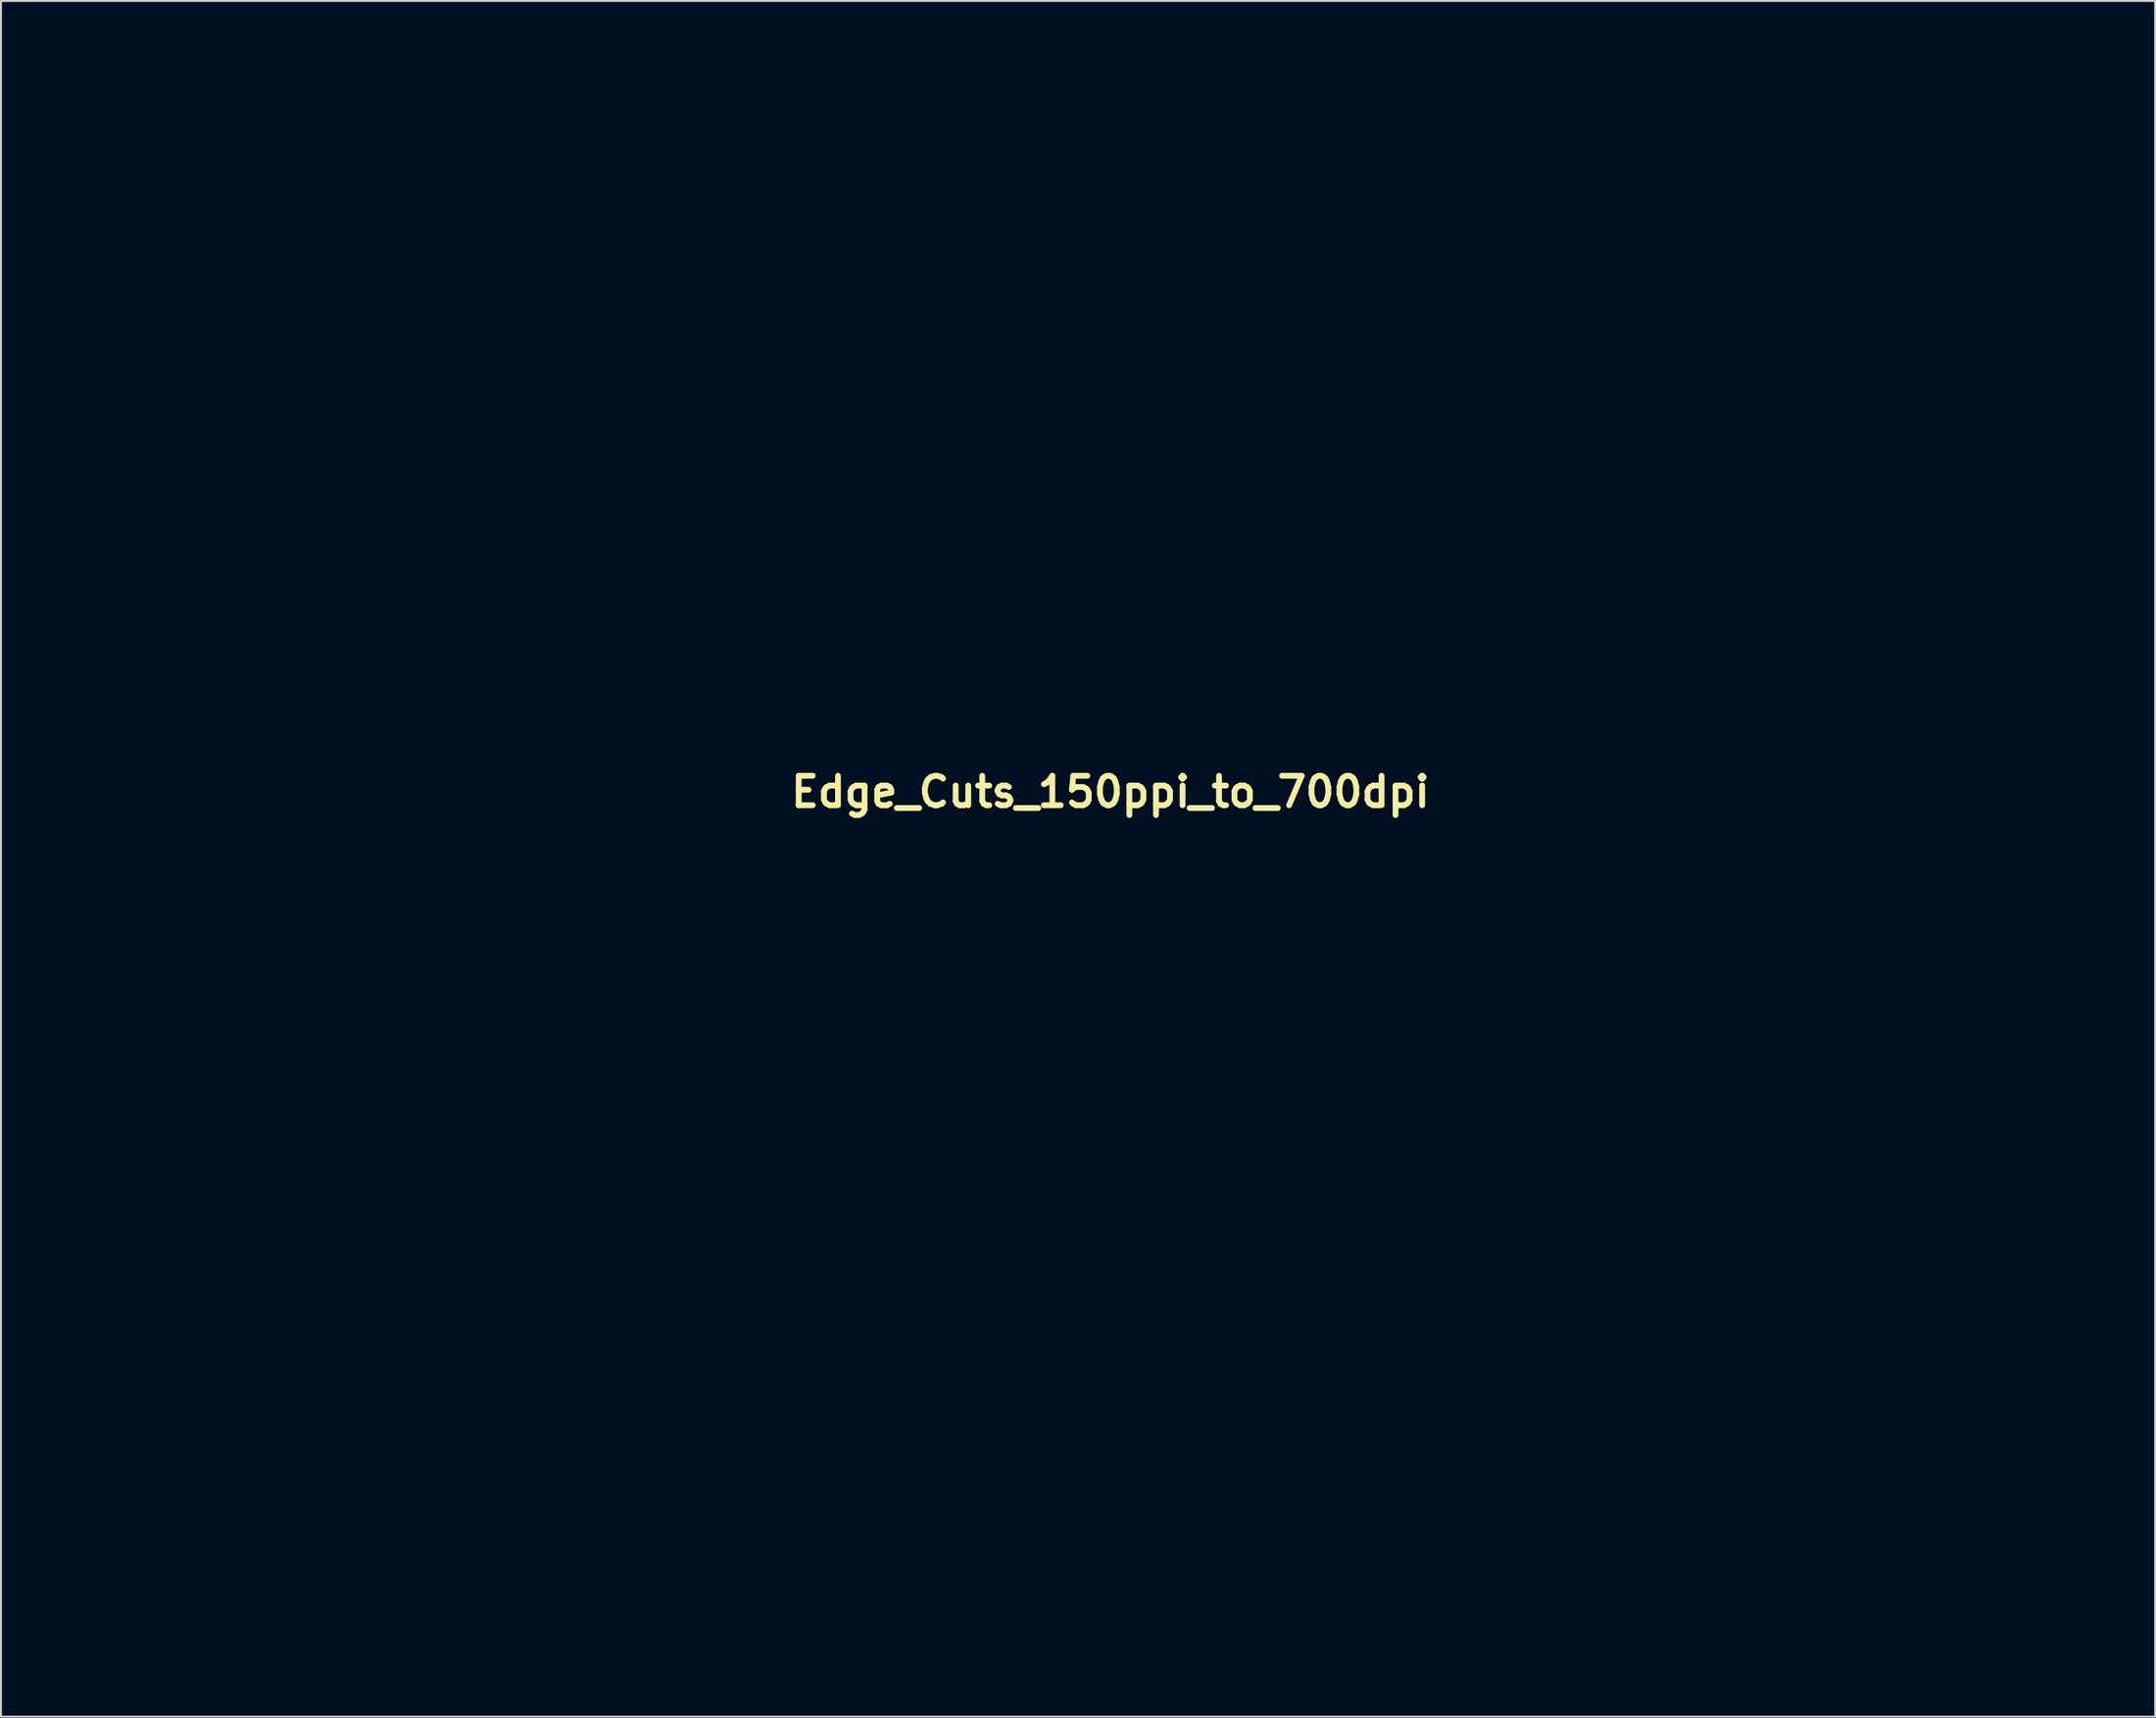
<source format=kicad_pcb>
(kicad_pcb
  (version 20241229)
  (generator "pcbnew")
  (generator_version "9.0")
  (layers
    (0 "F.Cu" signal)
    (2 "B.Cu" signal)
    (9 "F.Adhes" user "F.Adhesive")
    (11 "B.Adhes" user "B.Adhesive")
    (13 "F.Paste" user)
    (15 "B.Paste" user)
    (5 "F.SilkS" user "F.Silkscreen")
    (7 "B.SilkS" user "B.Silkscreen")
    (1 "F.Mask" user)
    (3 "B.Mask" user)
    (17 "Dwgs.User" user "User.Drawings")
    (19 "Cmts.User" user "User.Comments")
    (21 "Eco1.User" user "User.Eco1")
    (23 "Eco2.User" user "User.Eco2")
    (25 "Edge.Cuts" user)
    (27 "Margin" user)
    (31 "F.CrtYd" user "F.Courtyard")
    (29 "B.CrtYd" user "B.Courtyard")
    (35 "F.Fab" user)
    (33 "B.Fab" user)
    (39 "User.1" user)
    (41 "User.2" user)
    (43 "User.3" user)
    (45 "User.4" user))
  (footprint "Edge_Cuts_150ppi_to_700dpi"
    (layer "F.Cu")
    (at 54.473 37.98)
    (property "Reference" "Edge_Cuts_150ppi_to_700dpi" (at 0 0 0) (layer "F.SilkS") (effects (font (size 1.524 1.524) (thickness 0.3))))
    (attr through_hole)
    (fp_poly (pts (xy 0.128 -37.974) (xy 0.602 -37.971) (xy 1.07 -37.965) (xy 1.521 -37.956) (xy 1.943 -37.945) (xy 2.327 -37.931) (xy 2.659 -37.915) (xy 2.904 -37.899) (xy 3.69 -37.832) (xy 4.422 -37.759) (xy 5.117 -37.678) (xy 5.793 -37.587) (xy 6.47 -37.483) (xy 7.164 -37.364) (xy 7.801 -37.245) (xy 9.435 -36.893) (xy 11.054 -36.471) (xy 12.657 -35.979) (xy 14.242 -35.42) (xy 15.808 -34.793) (xy 17.351 -34.1) (xy 18.871 -33.343) (xy 20.364 -32.521) (xy 21.83 -31.637) (xy 23.267 -30.692) (xy 24.672 -29.686) (xy 26.043 -28.621) (xy 27.379 -27.498) (xy 28.677 -26.318) (xy 29.935 -25.082) (xy 31.035 -23.92) (xy 32.264 -22.523) (xy 33.439 -21.077) (xy 34.559 -19.585) (xy 35.623 -18.047) (xy 36.63 -16.464) (xy 37.581 -14.838) (xy 38.475 -13.169) (xy 39.31 -11.458) (xy 40.087 -9.706) (xy 40.805 -7.914) (xy 40.846 -7.805) (xy 41.436 -6.151) (xy 41.974 -4.453) (xy 42.459 -2.722) (xy 42.888 -0.965) (xy 43.259 0.805) (xy 43.57 2.581) (xy 43.819 4.352) (xy 43.996 6.023) (xy 44.015 6.244) (xy 44.034 6.451) (xy 44.05 6.629) (xy 44.062 6.762) (xy 44.067 6.822) (xy 44.076 6.924) (xy 44.086 7.077) (xy 44.097 7.259) (xy 44.106 7.42) (xy 44.116 7.598) (xy 44.127 7.756) (xy 44.136 7.876) (xy 44.142 7.937) (xy 44.156 8.07) (xy 44.169 8.267) (xy 44.18 8.521) (xy 44.189 8.826) (xy 44.197 9.174) (xy 44.203 9.556) (xy 44.207 9.966) (xy 44.21 10.397) (xy 44.211 10.84) (xy 44.211 11.288) (xy 44.209 11.734) (xy 44.205 12.17) (xy 44.199 12.589) (xy 44.192 12.983) (xy 44.183 13.344) (xy 44.173 13.666) (xy 44.161 13.941) (xy 44.147 14.161) (xy 44.142 14.224) (xy 44.133 14.337) (xy 44.121 14.494) (xy 44.109 14.666) (xy 44.106 14.714) (xy 44.056 15.418) (xy 43.999 16.1) (xy 43.956 16.545) (xy 43.935 16.77) (xy 43.924 16.945) (xy 43.922 17.062) (xy 43.93 17.115) (xy 43.933 17.118) (xy 43.993 17.149) (xy 44.101 17.215) (xy 44.245 17.309) (xy 44.416 17.423) (xy 44.6 17.549) (xy 44.788 17.681) (xy 44.969 17.81) (xy 45.131 17.929) (xy 45.181 17.967) (xy 45.992 18.63) (xy 46.75 19.34) (xy 47.453 20.096) (xy 48.1 20.894) (xy 48.689 21.731) (xy 49.218 22.605) (xy 49.686 23.513) (xy 50.091 24.452) (xy 50.432 25.418) (xy 50.707 26.411) (xy 50.914 27.426) (xy 50.999 27.994) (xy 51.065 28.646) (xy 51.103 29.338) (xy 51.112 30.048) (xy 51.092 30.753) (xy 51.044 31.428) (xy 50.999 31.823) (xy 50.829 32.845) (xy 50.592 33.845) (xy 50.288 34.821) (xy 49.92 35.769) (xy 49.49 36.687) (xy 49 37.572) (xy 48.452 38.422) (xy 47.848 39.232) (xy 47.19 40.002) (xy 46.48 40.727) (xy 45.72 41.405) (xy 44.912 42.033) (xy 44.058 42.608) (xy 43.16 43.129) (xy 42.784 43.323) (xy 41.834 43.758) (xy 40.864 44.124) (xy 39.872 44.422) (xy 38.856 44.652) (xy 37.813 44.814) (xy 37.646 44.834) (xy 37.488 44.848) (xy 37.278 44.861) (xy 37.028 44.874) (xy 36.752 44.885) (xy 36.461 44.894) (xy 36.168 44.902) (xy 35.886 44.907) (xy 35.627 44.91) (xy 35.404 44.909) (xy 35.23 44.906) (xy 35.125 44.899) (xy 35.039 44.891) (xy 34.9 44.879) (xy 34.728 44.864) (xy 34.544 44.848) (xy 33.909 44.775) (xy 33.238 44.665) (xy 32.552 44.522) (xy 31.874 44.35) (xy 31.227 44.154) (xy 31.185 44.14) (xy 30.208 43.776) (xy 29.262 43.347) (xy 28.35 42.856) (xy 27.475 42.304) (xy 26.64 41.694) (xy 25.847 41.027) (xy 25.1 40.307) (xy 24.401 39.535) (xy 23.754 38.713) (xy 23.636 38.55) (xy 23.46 38.279) (xy 23.282 37.967) (xy 23.119 37.64) (xy 22.985 37.327) (xy 22.981 37.316) (xy 22.851 36.978) (xy 22.6 37.17) (xy 22.624 37.426) (xy 22.638 37.569) (xy 22.651 37.695) (xy 22.66 37.773) (xy 22.669 37.851) (xy 22.681 37.978) (xy 22.693 38.129) (xy 22.697 38.173) (xy 22.709 38.327) (xy 22.722 38.463) (xy 22.733 38.558) (xy 22.735 38.573) (xy 22.735 38.644) (xy 22.726 38.769) (xy 22.708 38.931) (xy 22.683 39.112) (xy 22.682 39.121) (xy 22.65 39.324) (xy 22.618 39.479) (xy 22.579 39.611) (xy 22.525 39.742) (xy 22.449 39.899) (xy 22.429 39.939) (xy 22.18 40.386) (xy 21.877 40.86) (xy 21.529 41.35) (xy 21.365 41.565) (xy 21.208 41.762) (xy 21.065 41.927) (xy 20.92 42.078) (xy 20.756 42.233) (xy 20.556 42.407) (xy 20.468 42.481) (xy 20.015 42.845) (xy 19.563 43.175) (xy 19.125 43.463) (xy 18.71 43.702) (xy 18.506 43.806) (xy 18.334 43.886) (xy 18.196 43.947) (xy 18.071 43.993) (xy 17.943 44.03) (xy 17.791 44.063) (xy 17.599 44.097) (xy 17.435 44.125) (xy 17.042 44.184) (xy 16.605 44.241) (xy 16.148 44.292) (xy 15.691 44.336) (xy 15.257 44.371) (xy 14.868 44.393) (xy 14.801 44.396) (xy 14.271 44.416) (xy 13.349 44.214) (xy 13.065 44.15) (xy 12.73 44.072) (xy 12.365 43.985) (xy 11.99 43.893) (xy 11.624 43.802) (xy 11.288 43.717) (xy 11.285 43.716) (xy 10.965 43.633) (xy 10.706 43.568) (xy 10.498 43.517) (xy 10.331 43.479) (xy 10.195 43.452) (xy 10.082 43.435) (xy 9.981 43.425) (xy 9.882 43.42) (xy 9.779 43.419) (xy 9.608 43.421) (xy 9.475 43.43) (xy 9.353 43.453) (xy 9.216 43.493) (xy 9.039 43.555) (xy 9.035 43.557) (xy 8.861 43.617) (xy 8.695 43.671) (xy 8.558 43.711) (xy 8.491 43.727) (xy 8.166 43.784) (xy 7.808 43.836) (xy 7.444 43.879) (xy 7.103 43.911) (xy 6.894 43.925) (xy 6.703 43.935) (xy 6.53 43.945) (xy 6.392 43.954) (xy 6.306 43.961) (xy 6.298 43.962) (xy 6.232 43.966) (xy 6.105 43.97) (xy 5.93 43.974) (xy 5.718 43.977) (xy 5.482 43.979) (xy 5.373 43.98) (xy 4.554 43.986) (xy 3.574 43.8) (xy 3.291 43.745) (xy 2.956 43.676) (xy 2.586 43.598) (xy 2.199 43.514) (xy 1.812 43.428) (xy 1.445 43.345) (xy 1.288 43.308) (xy 0.676 43.168) (xy 0.064 43.032) (xy -0.541 42.903) (xy -1.132 42.782) (xy -1.703 42.671) (xy -2.245 42.569) (xy -2.754 42.479) (xy -3.221 42.402) (xy -3.64 42.34) (xy -4.005 42.292) (xy -4.307 42.262) (xy -4.372 42.257) (xy -4.56 42.244) (xy -4.758 42.231) (xy -4.929 42.219) (xy -4.953 42.217) (xy -5.21 42.2) (xy -5.5 42.18) (xy -5.803 42.16) (xy -6.098 42.142) (xy -6.366 42.125) (xy -6.586 42.112) (xy -6.622 42.109) (xy -6.799 42.099) (xy -6.967 42.087) (xy -7.102 42.077) (xy -7.148 42.073) (xy -7.254 42.065) (xy -7.408 42.054) (xy -7.587 42.044) (xy -7.711 42.037) (xy -7.899 42.027) (xy -8.083 42.016) (xy -8.238 42.006) (xy -8.309 42) (xy -8.421 41.993) (xy -8.585 41.984) (xy -8.78 41.974) (xy -8.986 41.964) (xy -9.017 41.963) (xy -9.213 41.954) (xy -9.394 41.944) (xy -9.542 41.936) (xy -9.639 41.929) (xy -9.652 41.928) (xy -9.73 41.922) (xy -9.866 41.914) (xy -10.044 41.905) (xy -10.249 41.896) (xy -10.396 41.89) (xy -10.6 41.881) (xy -10.778 41.872) (xy -10.917 41.865) (xy -11.005 41.858) (xy -11.031 41.855) (xy -11.073 41.85) (xy -11.18 41.844) (xy -11.345 41.836) (xy -11.559 41.828) (xy -11.815 41.82) (xy -12.106 41.811) (xy -12.424 41.802) (xy -12.761 41.793) (xy -13.109 41.784) (xy -13.19 41.782) (xy -13.535 41.774) (xy -13.821 41.762) (xy -14.064 41.745) (xy -14.276 41.72) (xy -14.472 41.682) (xy -14.667 41.629) (xy -14.873 41.558) (xy -15.107 41.466) (xy -15.381 41.35) (xy -15.622 41.244) (xy -15.935 41.105) (xy -16.196 40.984) (xy -16.424 40.874) (xy -16.632 40.766) (xy -16.838 40.65) (xy -17.058 40.52) (xy -17.308 40.366) (xy -17.309 40.366) (xy -17.548 40.218) (xy -17.832 40.047) (xy -18.143 39.861) (xy -18.464 39.671) (xy -18.775 39.489) (xy -19.014 39.352) (xy -19.296 39.187) (xy -19.621 38.992) (xy -19.97 38.778) (xy -20.325 38.557) (xy -20.67 38.339) (xy -20.985 38.135) (xy -21.046 38.095) (xy -21.327 37.91) (xy -21.617 37.722) (xy -21.904 37.537) (xy -22.175 37.364) (xy -22.417 37.211) (xy -22.618 37.087) (xy -22.697 37.039) (xy -23.022 36.83) (xy -23.382 36.575) (xy -23.767 36.284) (xy -24.163 35.966) (xy -24.56 35.629) (xy -24.945 35.284) (xy -24.979 35.253) (xy -25.308 34.913) (xy -25.635 34.506) (xy -25.957 34.037) (xy -26.27 33.513) (xy -26.366 33.338) (xy -26.463 33.16) (xy -26.549 33.007) (xy -26.619 32.89) (xy -26.666 32.819) (xy -26.683 32.802) (xy -26.726 32.815) (xy -26.824 32.851) (xy -26.964 32.904) (xy -27.134 32.971) (xy -27.234 33.011) (xy -27.754 33.22) (xy -27.795 33.455) (xy -27.845 33.711) (xy -27.914 34.015) (xy -27.998 34.346) (xy -28.09 34.684) (xy -28.185 35.008) (xy -28.27 35.276) (xy -28.617 36.206) (xy -29.025 37.101) (xy -29.491 37.96) (xy -30.013 38.78) (xy -30.588 39.558) (xy -31.213 40.292) (xy -31.885 40.978) (xy -32.602 41.614) (xy -33.362 42.197) (xy -34.16 42.724) (xy -34.995 43.193) (xy -35.864 43.601) (xy -36.765 43.945) (xy -36.855 43.975) (xy -37.642 44.211) (xy -38.431 44.398) (xy -39.203 44.532) (xy -39.542 44.575) (xy -39.698 44.592) (xy -39.863 44.61) (xy -39.914 44.616) (xy -40.13 44.633) (xy -40.404 44.644) (xy -40.718 44.649) (xy -41.058 44.647) (xy -41.409 44.64) (xy -41.755 44.627) (xy -42.08 44.609) (xy -42.368 44.586) (xy -42.454 44.577) (xy -43.404 44.436) (xy -44.34 44.227) (xy -45.256 43.95) (xy -46.147 43.608) (xy -47.005 43.203) (xy -47.044 43.183) (xy -47.916 42.688) (xy -48.736 42.142) (xy -49.508 41.544) (xy -50.232 40.89) (xy -50.913 40.18) (xy -51.384 39.623) (xy -51.982 38.822) (xy -52.518 37.982) (xy -52.993 37.107) (xy -53.405 36.199) (xy -53.753 35.264) (xy -54.034 34.303) (xy -54.248 33.32) (xy -54.394 32.318) (xy -54.407 32.185) (xy -54.454 31.529) (xy -54.463 31.094) (xy -54.234 31.094) (xy -54.233 31.377) (xy -54.227 31.621) (xy -54.217 31.811) (xy -54.211 31.877) (xy -54.192 32.057) (xy -54.173 32.246) (xy -54.157 32.403) (xy -54.132 32.611) (xy -54.094 32.871) (xy -54.044 33.161) (xy -53.988 33.462) (xy -53.929 33.756) (xy -53.87 34.022) (xy -53.846 34.121) (xy -53.566 35.093) (xy -53.223 36.033) (xy -52.818 36.939) (xy -52.352 37.809) (xy -51.827 38.64) (xy -51.245 39.429) (xy -50.606 40.174) (xy -49.914 40.873) (xy -49.168 41.523) (xy -48.995 41.661) (xy -48.214 42.228) (xy -47.401 42.732) (xy -46.561 43.17) (xy -45.697 43.544) (xy -44.812 43.853) (xy -43.911 44.095) (xy -42.996 44.272) (xy -42.072 44.382) (xy -41.141 44.424) (xy -40.208 44.4) (xy -39.276 44.308) (xy -38.348 44.147) (xy -37.429 43.918) (xy -36.521 43.62) (xy -35.628 43.253) (xy -35.477 43.183) (xy -35.027 42.956) (xy -34.548 42.687) (xy -34.062 42.389) (xy -33.586 42.074) (xy -33.142 41.754) (xy -32.893 41.561) (xy -32.491 41.219) (xy -32.071 40.829) (xy -31.648 40.404) (xy -31.237 39.961) (xy -30.852 39.516) (xy -30.507 39.083) (xy -30.372 38.9) (xy -29.83 38.085) (xy -29.347 37.231) (xy -28.924 36.344) (xy -28.566 35.432) (xy -28.274 34.5) (xy -28.069 33.637) (xy -28.03 33.454) (xy -27.995 33.294) (xy -27.966 33.171) (xy -27.946 33.102) (xy -27.943 33.094) (xy -27.904 33.068) (xy -27.811 33.021) (xy -27.675 32.957) (xy -27.509 32.883) (xy -27.327 32.804) (xy -27.14 32.724) (xy -26.961 32.651) (xy -26.802 32.588) (xy -26.677 32.541) (xy -26.597 32.516) (xy -26.579 32.513) (xy -26.552 32.544) (xy -26.497 32.629) (xy -26.419 32.759) (xy -26.326 32.925) (xy -26.222 33.116) (xy -26.203 33.15) (xy -25.935 33.631) (xy -25.676 34.049) (xy -25.419 34.415) (xy -25.158 34.736) (xy -24.886 35.021) (xy -24.804 35.099) (xy -24.436 35.43) (xy -24.05 35.759) (xy -23.66 36.074) (xy -23.277 36.366) (xy -22.914 36.626) (xy -22.582 36.845) (xy -22.479 36.908) (xy -22.303 37.015) (xy -22.08 37.155) (xy -21.822 37.318) (xy -21.541 37.498) (xy -21.251 37.685) (xy -20.964 37.872) (xy -20.828 37.961) (xy -20.527 38.157) (xy -20.197 38.367) (xy -19.856 38.579) (xy -19.521 38.785) (xy -19.207 38.974) (xy -18.933 39.134) (xy -18.869 39.171) (xy -18.581 39.336) (xy -18.264 39.521) (xy -17.937 39.715) (xy -17.621 39.904) (xy -17.337 40.077) (xy -17.208 40.157) (xy -16.959 40.311) (xy -16.743 40.439) (xy -16.547 40.551) (xy -16.353 40.653) (xy -16.147 40.754) (xy -15.912 40.863) (xy -15.633 40.986) (xy -15.485 41.051) (xy -15.208 41.171) (xy -14.975 41.269) (xy -14.775 41.348) (xy -14.595 41.41) (xy -14.425 41.458) (xy -14.253 41.493) (xy -14.067 41.518) (xy -13.857 41.536) (xy -13.61 41.547) (xy -13.315 41.556) (xy -12.961 41.563) (xy -12.9 41.565) (xy -12.531 41.573) (xy -12.175 41.582) (xy -11.841 41.592) (xy -11.537 41.602) (xy -11.274 41.612) (xy -11.059 41.622) (xy -10.902 41.632) (xy -10.831 41.638) (xy -10.757 41.644) (xy -10.626 41.651) (xy -10.455 41.66) (xy -10.26 41.669) (xy -10.178 41.673) (xy -9.968 41.682) (xy -9.765 41.692) (xy -9.59 41.701) (xy -9.462 41.708) (xy -9.434 41.71) (xy -9.257 41.722) (xy -9.009 41.737) (xy -8.689 41.755) (xy -8.299 41.775) (xy -8.128 41.784) (xy -7.943 41.794) (xy -7.76 41.805) (xy -7.608 41.815) (xy -7.547 41.819) (xy -7.415 41.829) (xy -7.243 41.841) (xy -7.063 41.852) (xy -7.021 41.855) (xy -6.882 41.864) (xy -6.687 41.876) (xy -6.456 41.891) (xy -6.204 41.908) (xy -5.95 41.926) (xy -5.933 41.927) (xy -5.674 41.944) (xy -5.412 41.961) (xy -5.166 41.977) (xy -4.953 41.991) (xy -4.793 42) (xy -4.79 42) (xy -4.505 42.018) (xy -4.231 42.04) (xy -3.958 42.067) (xy -3.678 42.101) (xy -3.38 42.143) (xy -3.056 42.194) (xy -2.694 42.256) (xy -2.287 42.33) (xy -1.824 42.418) (xy -1.524 42.476) (xy -1.123 42.556) (xy -0.683 42.646) (xy -0.222 42.742) (xy 0.241 42.841) (xy 0.686 42.938) (xy 1.097 43.03) (xy 1.433 43.107) (xy 1.788 43.189) (xy 2.162 43.273) (xy 2.541 43.356) (xy 2.908 43.435) (xy 3.247 43.506) (xy 3.543 43.565) (xy 3.719 43.599) (xy 4.626 43.768) (xy 5.624 43.746) (xy 5.996 43.737) (xy 6.308 43.729) (xy 6.57 43.72) (xy 6.796 43.709) (xy 6.996 43.696) (xy 7.183 43.68) (xy 7.369 43.66) (xy 7.564 43.635) (xy 7.782 43.605) (xy 7.873 43.592) (xy 8.248 43.531) (xy 8.551 43.466) (xy 8.782 43.399) (xy 8.799 43.393) (xy 9.026 43.312) (xy 9.225 43.25) (xy 9.406 43.206) (xy 9.581 43.181) (xy 9.759 43.176) (xy 9.953 43.189) (xy 10.173 43.221) (xy 10.43 43.274) (xy 10.736 43.346) (xy 11.085 43.434) (xy 11.447 43.526) (xy 11.748 43.604) (xy 12 43.667) (xy 12.211 43.721) (xy 12.393 43.765) (xy 12.554 43.805) (xy 12.706 43.84) (xy 12.859 43.875) (xy 13.022 43.911) (xy 13.206 43.951) (xy 13.42 43.998) (xy 13.426 43.999) (xy 13.686 44.055) (xy 13.891 44.097) (xy 14.056 44.126) (xy 14.196 44.146) (xy 14.328 44.158) (xy 14.467 44.163) (xy 14.627 44.164) (xy 14.75 44.163) (xy 14.982 44.157) (xy 15.258 44.142) (xy 15.55 44.122) (xy 15.829 44.098) (xy 15.948 44.086) (xy 16.174 44.061) (xy 16.39 44.038) (xy 16.58 44.017) (xy 16.727 44.001) (xy 16.8 43.994) (xy 16.913 43.98) (xy 17.076 43.956) (xy 17.268 43.925) (xy 17.469 43.892) (xy 17.49 43.888) (xy 17.707 43.848) (xy 17.878 43.809) (xy 18.028 43.762) (xy 18.183 43.7) (xy 18.368 43.615) (xy 18.415 43.593) (xy 18.743 43.419) (xy 19.103 43.202) (xy 19.48 42.95) (xy 19.859 42.676) (xy 20.224 42.388) (xy 20.37 42.266) (xy 20.601 42.063) (xy 20.791 41.879) (xy 20.962 41.694) (xy 21.135 41.485) (xy 21.205 41.397) (xy 21.515 40.981) (xy 21.781 40.591) (xy 22.014 40.209) (xy 22.206 39.86) (xy 22.295 39.684) (xy 22.357 39.548) (xy 22.399 39.43) (xy 22.427 39.305) (xy 22.45 39.152) (xy 22.462 39.062) (xy 22.479 38.908) (xy 22.489 38.771) (xy 22.491 38.633) (xy 22.487 38.478) (xy 22.474 38.29) (xy 22.454 38.051) (xy 22.447 37.973) (xy 22.426 37.749) (xy 22.406 37.544) (xy 22.388 37.371) (xy 22.374 37.243) (xy 22.365 37.174) (xy 22.36 37.121) (xy 22.375 37.075) (xy 22.417 37.024) (xy 22.499 36.957) (xy 22.631 36.861) (xy 22.637 36.857) (xy 22.763 36.768) (xy 22.869 36.698) (xy 22.938 36.656) (xy 22.958 36.649) (xy 22.982 36.681) (xy 23.021 36.766) (xy 23.069 36.89) (xy 23.092 36.956) (xy 23.245 37.356) (xy 23.428 37.744) (xy 23.648 38.132) (xy 23.914 38.533) (xy 24.231 38.958) (xy 24.312 39.061) (xy 24.99 39.852) (xy 25.717 40.592) (xy 26.49 41.277) (xy 27.306 41.906) (xy 28.162 42.476) (xy 29.055 42.986) (xy 29.984 43.434) (xy 30.785 43.758) (xy 31.412 43.977) (xy 32.034 44.163) (xy 32.665 44.319) (xy 33.317 44.448) (xy 34.005 44.553) (xy 34.741 44.636) (xy 35.27 44.682) (xy 35.358 44.685) (xy 35.499 44.687) (xy 35.682 44.687) (xy 35.893 44.686) (xy 36.121 44.683) (xy 36.353 44.68) (xy 36.577 44.676) (xy 36.781 44.671) (xy 36.953 44.666) (xy 37.081 44.66) (xy 37.152 44.655) (xy 37.161 44.653) (xy 37.22 44.643) (xy 37.329 44.63) (xy 37.467 44.617) (xy 37.49 44.615) (xy 37.66 44.601) (xy 37.807 44.587) (xy 37.951 44.569) (xy 38.109 44.547) (xy 38.299 44.516) (xy 38.54 44.475) (xy 38.59 44.466) (xy 39.601 44.255) (xy 40.59 43.975) (xy 41.555 43.627) (xy 42.493 43.214) (xy 43.401 42.737) (xy 44.275 42.197) (xy 45.113 41.595) (xy 45.912 40.934) (xy 46.387 40.495) (xy 47.102 39.755) (xy 47.758 38.975) (xy 48.355 38.158) (xy 48.891 37.306) (xy 49.366 36.424) (xy 49.779 35.514) (xy 50.128 34.58) (xy 50.413 33.625) (xy 50.633 32.653) (xy 50.786 31.667) (xy 50.873 30.67) (xy 50.891 29.666) (xy 50.841 28.658) (xy 50.72 27.65) (xy 50.529 26.644) (xy 50.453 26.325) (xy 50.174 25.357) (xy 49.828 24.41) (xy 49.417 23.489) (xy 48.945 22.599) (xy 48.415 21.742) (xy 47.828 20.923) (xy 47.188 20.146) (xy 46.498 19.414) (xy 45.76 18.732) (xy 44.977 18.104) (xy 44.331 17.65) (xy 44.156 17.533) (xy 43.997 17.428) (xy 43.867 17.342) (xy 43.778 17.282) (xy 43.745 17.26) (xy 43.725 17.244) (xy 43.711 17.224) (xy 43.7 17.19) (xy 43.694 17.138) (xy 43.694 17.058) (xy 43.699 16.946) (xy 43.709 16.793) (xy 43.725 16.594) (xy 43.746 16.34) (xy 43.775 16.026) (xy 43.796 15.784) (xy 43.82 15.521) (xy 43.838 15.314) (xy 43.852 15.144) (xy 43.863 14.995) (xy 43.873 14.849) (xy 43.882 14.69) (xy 43.889 14.563) (xy 43.899 14.38) (xy 43.91 14.212) (xy 43.919 14.078) (xy 43.925 14.006) (xy 43.939 13.828) (xy 43.952 13.588) (xy 43.963 13.292) (xy 43.972 12.951) (xy 43.979 12.572) (xy 43.984 12.163) (xy 43.988 11.734) (xy 43.99 11.292) (xy 43.99 10.846) (xy 43.988 10.404) (xy 43.985 9.975) (xy 43.98 9.566) (xy 43.973 9.187) (xy 43.964 8.846) (xy 43.954 8.55) (xy 43.941 8.31) (xy 43.927 8.132) (xy 43.925 8.11) (xy 43.919 8.033) (xy 43.91 7.901) (xy 43.9 7.732) (xy 43.891 7.545) (xy 43.89 7.529) (xy 43.88 7.337) (xy 43.869 7.157) (xy 43.859 7.01) (xy 43.851 6.915) (xy 43.851 6.912) (xy 43.84 6.799) (xy 43.826 6.648) (xy 43.815 6.513) (xy 43.743 5.72) (xy 43.651 4.875) (xy 43.541 3.999) (xy 43.417 3.109) (xy 43.28 2.223) (xy 43.133 1.361) (xy 42.979 0.54) (xy 42.977 0.526) (xy 42.581 -1.305) (xy 42.123 -3.112) (xy 41.604 -4.892) (xy 41.024 -6.643) (xy 40.386 -8.365) (xy 39.691 -10.055) (xy 38.939 -11.712) (xy 38.133 -13.333) (xy 37.272 -14.918) (xy 36.359 -16.465) (xy 35.395 -17.971) (xy 34.38 -19.436) (xy 33.317 -20.857) (xy 32.206 -22.234) (xy 31.049 -23.563) (xy 29.847 -24.844) (xy 28.6 -26.074) (xy 27.311 -27.253) (xy 25.981 -28.378) (xy 24.61 -29.448) (xy 23.2 -30.461) (xy 21.753 -31.416) (xy 20.269 -32.31) (xy 18.75 -33.142) (xy 18.179 -33.433) (xy 16.914 -34.045) (xy 15.671 -34.6) (xy 14.437 -35.101) (xy 13.199 -35.555) (xy 11.944 -35.966) (xy 10.656 -36.339) (xy 9.525 -36.631) (xy 8.868 -36.785) (xy 8.183 -36.932) (xy 7.485 -37.07) (xy 6.786 -37.198) (xy 6.098 -37.312) (xy 5.435 -37.411) (xy 4.81 -37.493) (xy 4.235 -37.555) (xy 4.01 -37.574) (xy 3.861 -37.587) (xy 3.732 -37.599) (xy 3.647 -37.609) (xy 3.638 -37.611) (xy 3.569 -37.618) (xy 3.446 -37.628) (xy 3.29 -37.639) (xy 3.166 -37.647) (xy 2.996 -37.658) (xy 2.846 -37.67) (xy 2.734 -37.679) (xy 2.689 -37.685) (xy 2.552 -37.699) (xy 2.352 -37.712) (xy 2.096 -37.723) (xy 1.794 -37.732) (xy 1.453 -37.74) (xy 1.082 -37.745) (xy 0.69 -37.749) (xy 0.285 -37.75) (xy -0.123 -37.75) (xy -0.528 -37.748) (xy -0.919 -37.745) (xy -1.289 -37.739) (xy -1.628 -37.731) (xy -1.93 -37.722) (xy -2.183 -37.711) (xy -2.382 -37.698) (xy -2.511 -37.684) (xy -2.582 -37.676) (xy -2.705 -37.666) (xy -2.861 -37.655) (xy -2.975 -37.647) (xy -3.631 -37.597) (xy -4.342 -37.523) (xy -5.095 -37.428) (xy -5.876 -37.314) (xy -6.672 -37.182) (xy -7.471 -37.036) (xy -8.258 -36.878) (xy -9.022 -36.708) (xy -9.405 -36.617) (xy -10.711 -36.275) (xy -11.977 -35.899) (xy -13.217 -35.485) (xy -14.443 -35.027) (xy -15.67 -34.52) (xy -16.91 -33.96) (xy -17.961 -33.449) (xy -19.498 -32.641) (xy -20.997 -31.772) (xy -22.459 -30.842) (xy -23.886 -29.851) (xy -25.277 -28.796) (xy -26.635 -27.678) (xy -27.961 -26.496) (xy -29.255 -25.249) (xy -29.265 -25.239) (xy -30.552 -23.898) (xy -31.786 -22.509) (xy -32.964 -21.073) (xy -34.087 -19.59) (xy -35.154 -18.063) (xy -36.164 -16.49) (xy -37.118 -14.873) (xy -38.014 -13.213) (xy -38.852 -11.51) (xy -39.286 -10.559) (xy -40.039 -8.777) (xy -40.725 -6.968) (xy -41.343 -5.133) (xy -41.893 -3.272) (xy -42.376 -1.386) (xy -42.79 0.525) (xy -43.137 2.46) (xy -43.415 4.419) (xy -43.432 4.554) (xy -43.46 4.795) (xy -43.489 5.051) (xy -43.516 5.297) (xy -43.537 5.504) (xy -43.541 5.552) (xy -43.565 5.808) (xy -43.584 6.006) (xy -43.598 6.162) (xy -43.61 6.289) (xy -43.62 6.403) (xy -43.631 6.518) (xy -43.642 6.648) (xy -43.65 6.731) (xy -43.667 6.944) (xy -43.685 7.192) (xy -43.701 7.437) (xy -43.708 7.566) (xy -43.718 7.749) (xy -43.728 7.919) (xy -43.737 8.053) (xy -43.744 8.128) (xy -43.752 8.235) (xy -43.761 8.404) (xy -43.769 8.626) (xy -43.778 8.889) (xy -43.786 9.185) (xy -43.794 9.503) (xy -43.801 9.832) (xy -43.806 10.163) (xy -43.811 10.485) (xy -43.814 10.789) (xy -43.815 11.064) (xy -43.815 11.085) (xy -43.814 11.345) (xy -43.811 11.633) (xy -43.807 11.941) (xy -43.802 12.258) (xy -43.795 12.576) (xy -43.788 12.884) (xy -43.78 13.173) (xy -43.772 13.433) (xy -43.763 13.654) (xy -43.755 13.828) (xy -43.747 13.944) (xy -43.743 13.978) (xy -43.737 14.044) (xy -43.728 14.166) (xy -43.719 14.328) (xy -43.709 14.516) (xy -43.706 14.566) (xy -43.696 14.754) (xy -43.687 14.919) (xy -43.679 15.045) (xy -43.672 15.119) (xy -43.671 15.128) (xy -43.664 15.187) (xy -43.654 15.3) (xy -43.643 15.448) (xy -43.635 15.548) (xy -43.623 15.714) (xy -43.611 15.86) (xy -43.601 15.967) (xy -43.596 16.002) (xy -43.589 16.072) (xy -43.579 16.192) (xy -43.567 16.35) (xy -43.555 16.532) (xy -43.543 16.722) (xy -43.532 16.908) (xy -43.523 17.076) (xy -43.517 17.211) (xy -43.514 17.3) (xy -43.515 17.328) (xy -43.552 17.34) (xy -43.647 17.365) (xy -43.788 17.401) (xy -43.962 17.445) (xy -44.069 17.471) (xy -44.957 17.721) (xy -45.812 18.028) (xy -46.64 18.396) (xy -47.446 18.826) (xy -48.238 19.322) (xy -49.02 19.888) (xy -49.162 19.999) (xy -49.355 20.159) (xy -49.584 20.363) (xy -49.835 20.597) (xy -50.098 20.852) (xy -50.361 21.114) (xy -50.61 21.371) (xy -50.835 21.613) (xy -51.024 21.826) (xy -51.065 21.875) (xy -51.676 22.67) (xy -52.224 23.501) (xy -52.709 24.367) (xy -53.13 25.266) (xy -53.487 26.197) (xy -53.778 27.16) (xy -54.005 28.152) (xy -54.159 29.129) (xy -54.178 29.315) (xy -54.194 29.554) (xy -54.208 29.834) (xy -54.219 30.141) (xy -54.227 30.463) (xy -54.233 30.785) (xy -54.234 31.094) (xy -54.463 31.094) (xy -54.468 30.83) (xy -54.45 30.11) (xy -54.403 29.391) (xy -54.325 28.694) (xy -54.22 28.041) (xy -54.207 27.976) (xy -53.981 27.012) (xy -53.691 26.074) (xy -53.339 25.167) (xy -52.928 24.292) (xy -52.461 23.452) (xy -51.94 22.651) (xy -51.367 21.889) (xy -50.746 21.171) (xy -50.079 20.499) (xy -49.367 19.875) (xy -48.615 19.302) (xy -47.823 18.783) (xy -46.996 18.32) (xy -46.135 17.916) (xy -45.243 17.574) (xy -44.322 17.296) (xy -43.855 17.183) (xy -43.751 17.159) (xy -43.772 16.735) (xy -43.783 16.542) (xy -43.799 16.303) (xy -43.819 16.044) (xy -43.84 15.792) (xy -43.847 15.712) (xy -43.868 15.471) (xy -43.888 15.217) (xy -43.906 14.977) (xy -43.92 14.774) (xy -43.924 14.714) (xy -43.935 14.537) (xy -43.946 14.373) (xy -43.956 14.245) (xy -43.962 14.188) (xy -43.975 14.03) (xy -43.987 13.812) (xy -43.997 13.539) (xy -44.006 13.22) (xy -44.013 12.862) (xy -44.019 12.473) (xy -44.023 12.06) (xy -44.026 11.63) (xy -44.027 11.191) (xy -44.027 10.751) (xy -44.026 10.317) (xy -44.022 9.897) (xy -44.018 9.498) (xy -44.012 9.127) (xy -44.004 8.792) (xy -43.995 8.501) (xy -43.985 8.262) (xy -43.973 8.08) (xy -43.961 7.977) (xy -43.954 7.907) (xy -43.945 7.784) (xy -43.934 7.625) (xy -43.925 7.475) (xy -43.917 7.327) (xy -43.91 7.203) (xy -43.902 7.089) (xy -43.894 6.972) (xy -43.884 6.836) (xy -43.87 6.669) (xy -43.852 6.455) (xy -43.832 6.223) (xy -43.654 4.491) (xy -43.413 2.74) (xy -43.109 0.98) (xy -42.746 -0.779) (xy -42.326 -2.525) (xy -41.851 -4.248) (xy -41.355 -5.842) (xy -40.735 -7.612) (xy -40.054 -9.353) (xy -39.311 -11.063) (xy -38.51 -12.74) (xy -37.65 -14.381) (xy -36.734 -15.985) (xy -35.763 -17.549) (xy -34.739 -19.07) (xy -33.663 -20.547) (xy -32.537 -21.976) (xy -31.361 -23.356) (xy -30.138 -24.685) (xy -28.869 -25.96) (xy -27.594 -27.144) (xy -26.241 -28.307) (xy -24.856 -29.407) (xy -23.439 -30.444) (xy -21.993 -31.417) (xy -20.518 -32.326) (xy -19.016 -33.17) (xy -17.489 -33.948) (xy -15.937 -34.66) (xy -14.363 -35.305) (xy -12.767 -35.881) (xy -11.152 -36.389) (xy -9.517 -36.828) (xy -7.866 -37.197) (xy -7.33 -37.301) (xy -5.95 -37.535) (xy -4.58 -37.722) (xy -3.234 -37.859) (xy -1.924 -37.945) (xy -1.923 -37.945) (xy -1.593 -37.957) (xy -1.211 -37.966) (xy -0.79 -37.972) (xy -0.339 -37.975) (xy 0.128 -37.974)) (stroke (width 0.01) (type solid)) (fill no) (layer "Eco1.User")))
  (gr_rect
    (start -3 -3)
    (end 108.59 85.895)
    (stroke (width 0.1) (type default))
    (fill no)
    (layer "Edge.Cuts")))
</source>
